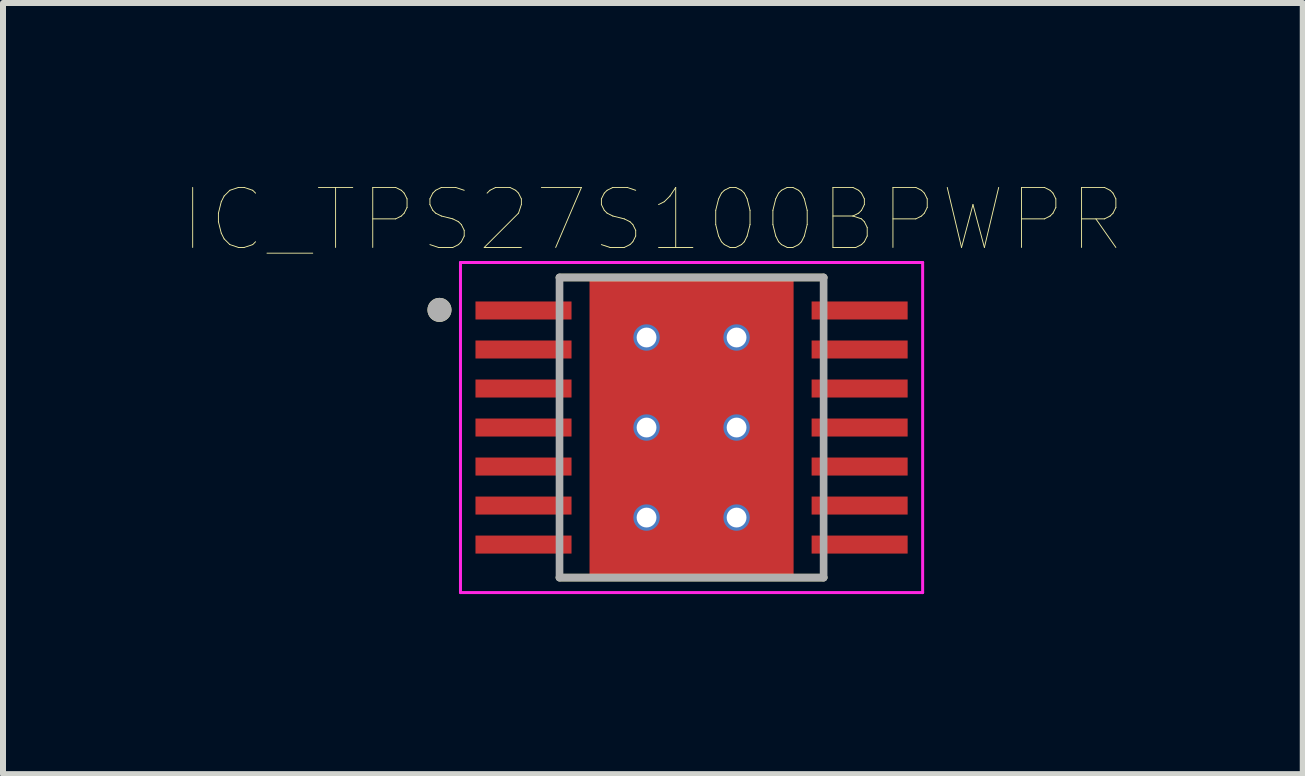
<source format=kicad_pcb>
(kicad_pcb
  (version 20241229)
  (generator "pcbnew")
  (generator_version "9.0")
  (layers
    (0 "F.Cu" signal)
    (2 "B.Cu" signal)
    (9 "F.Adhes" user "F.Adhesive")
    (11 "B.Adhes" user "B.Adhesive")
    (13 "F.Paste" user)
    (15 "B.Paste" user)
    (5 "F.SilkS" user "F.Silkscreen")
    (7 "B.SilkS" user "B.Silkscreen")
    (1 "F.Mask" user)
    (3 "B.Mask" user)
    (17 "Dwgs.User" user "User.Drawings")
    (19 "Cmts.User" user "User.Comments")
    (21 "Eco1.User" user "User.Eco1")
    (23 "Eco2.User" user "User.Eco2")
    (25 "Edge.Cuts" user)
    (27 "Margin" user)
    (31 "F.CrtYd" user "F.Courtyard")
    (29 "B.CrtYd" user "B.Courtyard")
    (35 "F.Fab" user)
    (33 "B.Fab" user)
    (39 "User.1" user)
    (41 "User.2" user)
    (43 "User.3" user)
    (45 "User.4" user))
  (footprint "IC_TPS27S100BPWPR"
    (layer "F.Cu")
    (at 8.472 4.073)
    (property "Reference" "IC_TPS27S100BPWPR" (at -0.645 -3.462 180) (layer "F.SilkS") (effects (font (size 1 1) (thickness 0.015))))
    (attr through_hole)
    (fp_poly (pts (xy -1.23 -1.155) (xy 1.23 -1.155) (xy 1.23 1.155) (xy -1.23 1.155)) (stroke (width 0.01) (type solid)) (fill yes) (layer "F.Mask"))
    (fp_line (start -2.2 -2.5) (end 2.2 -2.5) (stroke (width 0.127) (type solid)) (layer "F.SilkS"))
    (fp_line (start -2.2 2.5) (end 2.2 2.5) (stroke (width 0.127) (type solid)) (layer "F.SilkS"))
    (fp_circle (center -4.2 -1.96) (end -4.1 -1.96) (stroke (width 0.2) (type solid)) (fill no) (layer "F.SilkS"))
    (fp_poly (pts (xy -3.575 -2.075) (xy -2.025 -2.075) (xy -2.025 -1.825) (xy -3.575 -1.825)) (stroke (width 0.01) (type solid)) (fill yes) (layer "F.Paste"))
    (fp_poly (pts (xy -3.575 -1.425) (xy -2.025 -1.425) (xy -2.025 -1.175) (xy -3.575 -1.175)) (stroke (width 0.01) (type solid)) (fill yes) (layer "F.Paste"))
    (fp_poly (pts (xy -3.575 -0.775) (xy -2.025 -0.775) (xy -2.025 -0.525) (xy -3.575 -0.525)) (stroke (width 0.01) (type solid)) (fill yes) (layer "F.Paste"))
    (fp_poly (pts (xy -3.575 -0.125) (xy -2.025 -0.125) (xy -2.025 0.125) (xy -3.575 0.125)) (stroke (width 0.01) (type solid)) (fill yes) (layer "F.Paste"))
    (fp_poly (pts (xy -3.575 0.525) (xy -2.025 0.525) (xy -2.025 0.775) (xy -3.575 0.775)) (stroke (width 0.01) (type solid)) (fill yes) (layer "F.Paste"))
    (fp_poly (pts (xy -3.575 1.175) (xy -2.025 1.175) (xy -2.025 1.425) (xy -3.575 1.425)) (stroke (width 0.01) (type solid)) (fill yes) (layer "F.Paste"))
    (fp_poly (pts (xy -3.575 1.825) (xy -2.025 1.825) (xy -2.025 2.075) (xy -3.575 2.075)) (stroke (width 0.01) (type solid)) (fill yes) (layer "F.Paste"))
    (fp_poly (pts (xy -1.23 -1.155) (xy 1.23 -1.155) (xy 1.23 1.155) (xy -1.23 1.155)) (stroke (width 0.01) (type solid)) (fill yes) (layer "F.Paste"))
    (fp_poly (pts (xy 2.025 -2.075) (xy 3.575 -2.075) (xy 3.575 -1.825) (xy 2.025 -1.825)) (stroke (width 0.01) (type solid)) (fill yes) (layer "F.Paste"))
    (fp_poly (pts (xy 2.025 -1.425) (xy 3.575 -1.425) (xy 3.575 -1.175) (xy 2.025 -1.175)) (stroke (width 0.01) (type solid)) (fill yes) (layer "F.Paste"))
    (fp_poly (pts (xy 2.025 -0.775) (xy 3.575 -0.775) (xy 3.575 -0.525) (xy 2.025 -0.525)) (stroke (width 0.01) (type solid)) (fill yes) (layer "F.Paste"))
    (fp_poly (pts (xy 2.025 -0.125) (xy 3.575 -0.125) (xy 3.575 0.125) (xy 2.025 0.125)) (stroke (width 0.01) (type solid)) (fill yes) (layer "F.Paste"))
    (fp_poly (pts (xy 2.025 0.525) (xy 3.575 0.525) (xy 3.575 0.775) (xy 2.025 0.775)) (stroke (width 0.01) (type solid)) (fill yes) (layer "F.Paste"))
    (fp_poly (pts (xy 2.025 1.175) (xy 3.575 1.175) (xy 3.575 1.425) (xy 2.025 1.425)) (stroke (width 0.01) (type solid)) (fill yes) (layer "F.Paste"))
    (fp_poly (pts (xy 2.025 1.825) (xy 3.575 1.825) (xy 3.575 2.075) (xy 2.025 2.075)) (stroke (width 0.01) (type solid)) (fill yes) (layer "F.Paste"))
    (fp_line (start -3.85 -2.75) (end -3.85 2.75) (stroke (width 0.05) (type solid)) (layer "F.CrtYd"))
    (fp_line (start -3.85 -2.75) (end 3.85 -2.75) (stroke (width 0.05) (type solid)) (layer "F.CrtYd"))
    (fp_line (start -3.85 2.75) (end 3.85 2.75) (stroke (width 0.05) (type solid)) (layer "F.CrtYd"))
    (fp_line (start 3.85 -2.75) (end 3.85 2.75) (stroke (width 0.05) (type solid)) (layer "F.CrtYd"))
    (fp_line (start -2.2 -2.5) (end -2.2 2.5) (stroke (width 0.127) (type solid)) (layer "F.Fab"))
    (fp_line (start -2.2 -2.5) (end 2.2 -2.5) (stroke (width 0.127) (type solid)) (layer "F.Fab"))
    (fp_line (start -2.2 2.5) (end 2.2 2.5) (stroke (width 0.127) (type solid)) (layer "F.Fab"))
    (fp_line (start 2.2 -2.5) (end 2.2 2.5) (stroke (width 0.127) (type solid)) (layer "F.Fab"))
    (fp_circle (center -4.2 -1.96) (end -4.1 -1.96) (stroke (width 0.2) (type solid)) (fill no) (layer "F.Fab"))
    (pad "1" smd rect (at -2.8 -1.95) (size 1.6 0.3) (layers "F.Cu" "F.Mask"))
    (pad "2" smd rect (at -2.8 -1.3) (size 1.6 0.3) (layers "F.Cu" "F.Mask"))
    (pad "3" smd rect (at -2.8 -0.65) (size 1.6 0.3) (layers "F.Cu" "F.Mask"))
    (pad "4" smd rect (at -2.8 0) (size 1.6 0.3) (layers "F.Cu" "F.Mask"))
    (pad "5" smd rect (at -2.8 0.65) (size 1.6 0.3) (layers "F.Cu" "F.Mask"))
    (pad "6" smd rect (at -2.8 1.3) (size 1.6 0.3) (layers "F.Cu" "F.Mask"))
    (pad "7" smd rect (at -2.8 1.95) (size 1.6 0.3) (layers "F.Cu" "F.Mask"))
    (pad "8" smd rect (at 2.8 1.95) (size 1.6 0.3) (layers "F.Cu" "F.Mask"))
    (pad "9" smd rect (at 2.8 1.3) (size 1.6 0.3) (layers "F.Cu" "F.Mask"))
    (pad "10" smd rect (at 2.8 0.65) (size 1.6 0.3) (layers "F.Cu" "F.Mask"))
    (pad "11" smd rect (at 2.8 0) (size 1.6 0.3) (layers "F.Cu" "F.Mask"))
    (pad "12" smd rect (at 2.8 -0.65) (size 1.6 0.3) (layers "F.Cu" "F.Mask"))
    (pad "13" smd rect (at 2.8 -1.3) (size 1.6 0.3) (layers "F.Cu" "F.Mask"))
    (pad "14" smd rect (at 2.8 -1.95) (size 1.6 0.3) (layers "F.Cu" "F.Mask"))
    (pad "15" smd rect (at 0 0) (size 3.4 5) (layers "F.Cu"))
    (pad "16" thru_hole circle (at -0.75 -1.5) (size 0.44 0.44) (drill 0.33) (layers "*.Cu"))
    (pad "17" thru_hole circle (at 0.75 -1.5) (size 0.44 0.44) (drill 0.33) (layers "*.Cu"))
    (pad "18" thru_hole circle (at -0.75 0) (size 0.44 0.44) (drill 0.33) (layers "*.Cu" "*.Mask"))
    (pad "19" thru_hole circle (at 0.75 0) (size 0.44 0.44) (drill 0.33) (layers "*.Cu" "*.Mask"))
    (pad "20" thru_hole circle (at -0.75 1.5) (size 0.44 0.44) (drill 0.33) (layers "*.Cu"))
    (pad "21" thru_hole circle (at 0.75 1.5) (size 0.44 0.44) (drill 0.33) (layers "*.Cu")))
  (gr_rect
    (start -3 -3)
    (end 18.655 9.848)
    (stroke (width 0.1) (type default))
    (fill no)
    (layer "Edge.Cuts")))
</source>
